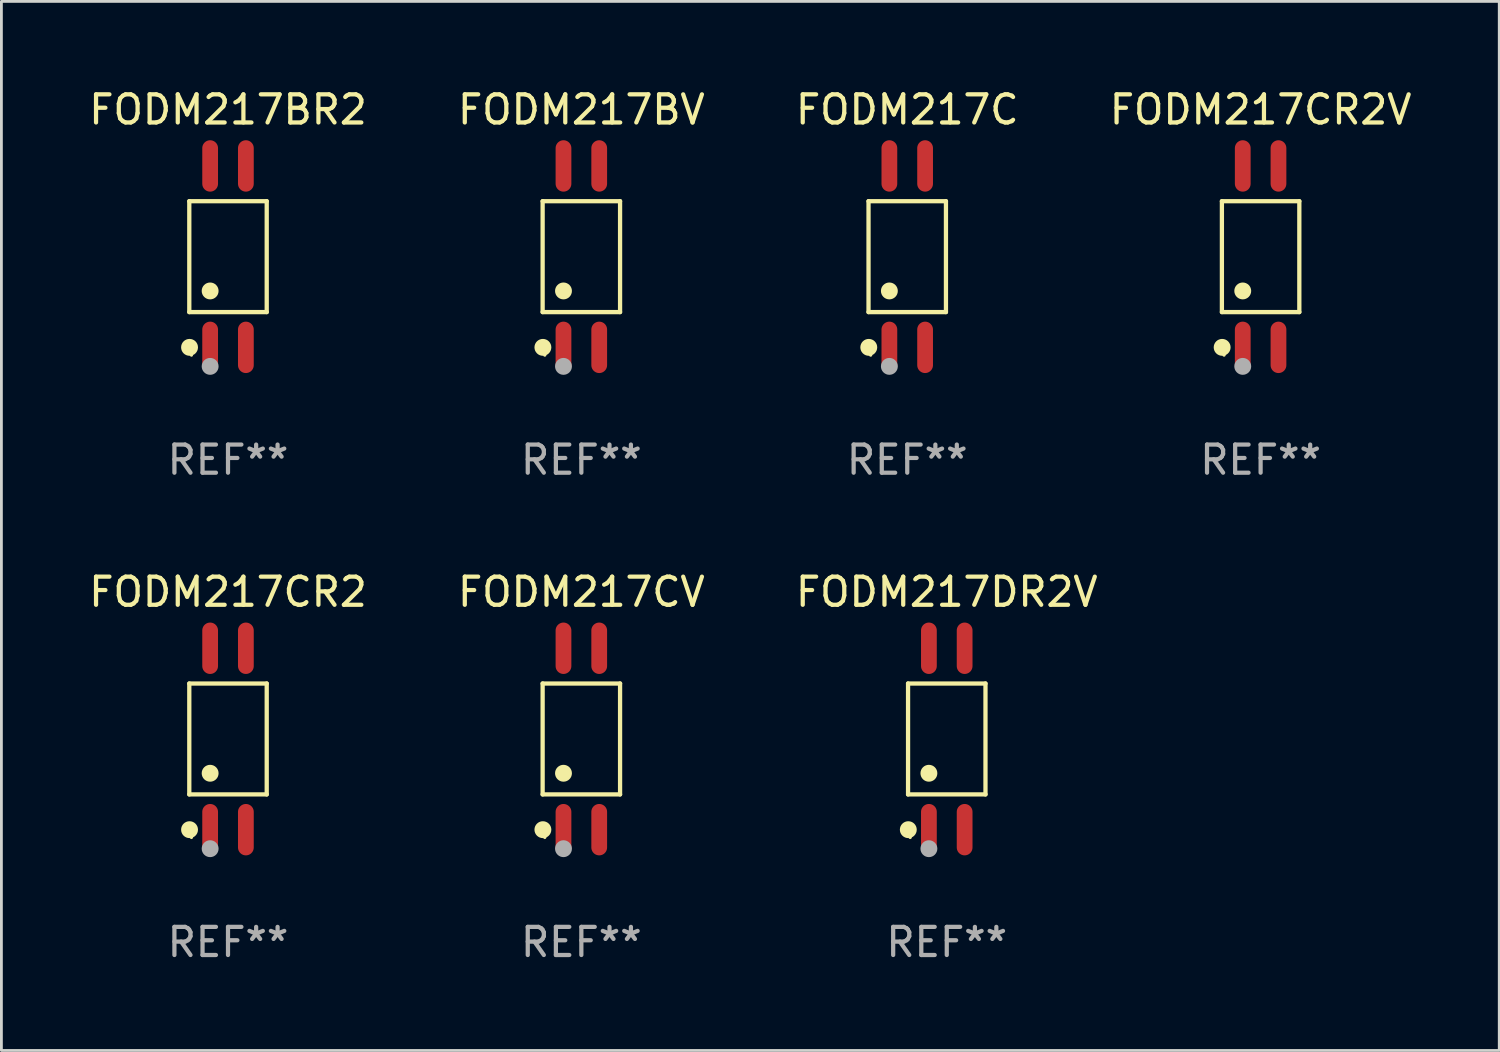
<source format=kicad_pcb>
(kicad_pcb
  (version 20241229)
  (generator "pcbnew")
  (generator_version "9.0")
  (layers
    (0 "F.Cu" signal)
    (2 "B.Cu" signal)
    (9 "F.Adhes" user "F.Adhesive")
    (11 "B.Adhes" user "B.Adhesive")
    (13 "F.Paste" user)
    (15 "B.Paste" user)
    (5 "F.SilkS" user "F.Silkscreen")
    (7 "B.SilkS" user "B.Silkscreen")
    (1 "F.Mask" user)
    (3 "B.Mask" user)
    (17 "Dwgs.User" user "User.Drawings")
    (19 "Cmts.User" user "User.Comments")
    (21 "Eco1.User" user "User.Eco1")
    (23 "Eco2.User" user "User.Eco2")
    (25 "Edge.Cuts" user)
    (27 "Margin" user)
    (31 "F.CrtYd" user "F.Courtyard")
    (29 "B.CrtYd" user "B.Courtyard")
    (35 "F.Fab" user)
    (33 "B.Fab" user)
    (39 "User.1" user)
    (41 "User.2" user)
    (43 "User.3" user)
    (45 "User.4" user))
  (footprint "FODM217CV"
    (layer "F.Cu")
    (at 17.613 23.215)
    (property "Reference" "FODM217CV" (at 0 -5.224 0) (layer "F.SilkS") (effects (font (size 1 1) (thickness 0.15))))
    (attr through_hole)
    (fp_line (start -1.376 -1.971) (end 1.376 -1.971) (stroke (width 0.152) (type solid)) (layer "F.SilkS"))
    (fp_line (start -1.376 1.971) (end -1.376 -1.971) (stroke (width 0.152) (type solid)) (layer "F.SilkS"))
    (fp_line (start 1.376 -1.971) (end 1.376 1.971) (stroke (width 0.152) (type solid)) (layer "F.SilkS"))
    (fp_line (start 1.376 1.971) (end -1.376 1.971) (stroke (width 0.152) (type solid)) (layer "F.SilkS"))
    (fp_circle (center -1.367 3.224) (end -1.217 3.224) (stroke (width 0.3) (type solid)) (fill no) (layer "F.SilkS"))
    (fp_circle (center -1.3 3.5) (end -1.27 3.5) (stroke (width 0.06) (type solid)) (fill no) (layer "F.SilkS"))
    (fp_circle (center -0.635 1.219) (end -0.485 1.219) (stroke (width 0.3) (type solid)) (fill no) (layer "F.SilkS"))
    (fp_circle (center -0.635 3.9) (end -0.485 3.9) (stroke (width 0.3) (type solid)) (fill no) (layer "F.Fab"))
    (fp_text user "REF**" (at 0 7.224 0) (layer "F.Fab") (effects (font (size 1 1) (thickness 0.15))))
    (pad "1" smd oval (at -0.635 3.224) (size 0.56 1.827) (layers "F.Cu" "F.Mask" "F.Paste"))
    (pad "2" smd oval (at 0.635 3.224) (size 0.56 1.827) (layers "F.Cu" "F.Mask" "F.Paste"))
    (pad "3" smd oval (at 0.635 -3.224) (size 0.56 1.827) (layers "F.Cu" "F.Mask" "F.Paste"))
    (pad "4" smd oval (at -0.635 -3.224) (size 0.56 1.827) (layers "F.Cu" "F.Mask" "F.Paste")))
  (footprint "FODM217BV"
    (layer "F.Cu")
    (at 17.613 6.072)
    (property "Reference" "FODM217BV" (at 0 -5.224 0) (layer "F.SilkS") (effects (font (size 1 1) (thickness 0.15))))
    (attr through_hole)
    (fp_line (start -1.376 -1.971) (end 1.376 -1.971) (stroke (width 0.152) (type solid)) (layer "F.SilkS"))
    (fp_line (start -1.376 1.971) (end -1.376 -1.971) (stroke (width 0.152) (type solid)) (layer "F.SilkS"))
    (fp_line (start 1.376 -1.971) (end 1.376 1.971) (stroke (width 0.152) (type solid)) (layer "F.SilkS"))
    (fp_line (start 1.376 1.971) (end -1.376 1.971) (stroke (width 0.152) (type solid)) (layer "F.SilkS"))
    (fp_circle (center -1.367 3.224) (end -1.217 3.224) (stroke (width 0.3) (type solid)) (fill no) (layer "F.SilkS"))
    (fp_circle (center -1.3 3.5) (end -1.27 3.5) (stroke (width 0.06) (type solid)) (fill no) (layer "F.SilkS"))
    (fp_circle (center -0.635 1.219) (end -0.485 1.219) (stroke (width 0.3) (type solid)) (fill no) (layer "F.SilkS"))
    (fp_circle (center -0.635 3.9) (end -0.485 3.9) (stroke (width 0.3) (type solid)) (fill no) (layer "F.Fab"))
    (fp_text user "REF**" (at 0 7.224 0) (layer "F.Fab") (effects (font (size 1 1) (thickness 0.15))))
    (pad "1" smd oval (at -0.635 3.224) (size 0.56 1.827) (layers "F.Cu" "F.Mask" "F.Paste"))
    (pad "2" smd oval (at 0.635 3.224) (size 0.56 1.827) (layers "F.Cu" "F.Mask" "F.Paste"))
    (pad "3" smd oval (at 0.635 -3.224) (size 0.56 1.827) (layers "F.Cu" "F.Mask" "F.Paste"))
    (pad "4" smd oval (at -0.635 -3.224) (size 0.56 1.827) (layers "F.Cu" "F.Mask" "F.Paste")))
  (footprint "FODM217CR2"
    (layer "F.Cu")
    (at 5.054 23.215)
    (property "Reference" "FODM217CR2" (at 0 -5.224 0) (layer "F.SilkS") (effects (font (size 1 1) (thickness 0.15))))
    (attr through_hole)
    (fp_line (start -1.376 -1.971) (end 1.376 -1.971) (stroke (width 0.152) (type solid)) (layer "F.SilkS"))
    (fp_line (start -1.376 1.971) (end -1.376 -1.971) (stroke (width 0.152) (type solid)) (layer "F.SilkS"))
    (fp_line (start 1.376 -1.971) (end 1.376 1.971) (stroke (width 0.152) (type solid)) (layer "F.SilkS"))
    (fp_line (start 1.376 1.971) (end -1.376 1.971) (stroke (width 0.152) (type solid)) (layer "F.SilkS"))
    (fp_circle (center -1.367 3.224) (end -1.217 3.224) (stroke (width 0.3) (type solid)) (fill no) (layer "F.SilkS"))
    (fp_circle (center -1.3 3.5) (end -1.27 3.5) (stroke (width 0.06) (type solid)) (fill no) (layer "F.SilkS"))
    (fp_circle (center -0.635 1.219) (end -0.485 1.219) (stroke (width 0.3) (type solid)) (fill no) (layer "F.SilkS"))
    (fp_circle (center -0.635 3.9) (end -0.485 3.9) (stroke (width 0.3) (type solid)) (fill no) (layer "F.Fab"))
    (fp_text user "REF**" (at 0 7.224 0) (layer "F.Fab") (effects (font (size 1 1) (thickness 0.15))))
    (pad "1" smd oval (at -0.635 3.224) (size 0.56 1.827) (layers "F.Cu" "F.Mask" "F.Paste"))
    (pad "2" smd oval (at 0.635 3.224) (size 0.56 1.827) (layers "F.Cu" "F.Mask" "F.Paste"))
    (pad "3" smd oval (at 0.635 -3.224) (size 0.56 1.827) (layers "F.Cu" "F.Mask" "F.Paste"))
    (pad "4" smd oval (at -0.635 -3.224) (size 0.56 1.827) (layers "F.Cu" "F.Mask" "F.Paste")))
  (footprint "FODM217DR2V"
    (layer "F.Cu")
    (at 30.601 23.215)
    (property "Reference" "FODM217DR2V" (at 0 -5.224 0) (layer "F.SilkS") (effects (font (size 1 1) (thickness 0.15))))
    (attr through_hole)
    (fp_line (start -1.376 -1.971) (end 1.376 -1.971) (stroke (width 0.152) (type solid)) (layer "F.SilkS"))
    (fp_line (start -1.376 1.971) (end -1.376 -1.971) (stroke (width 0.152) (type solid)) (layer "F.SilkS"))
    (fp_line (start 1.376 -1.971) (end 1.376 1.971) (stroke (width 0.152) (type solid)) (layer "F.SilkS"))
    (fp_line (start 1.376 1.971) (end -1.376 1.971) (stroke (width 0.152) (type solid)) (layer "F.SilkS"))
    (fp_circle (center -1.367 3.224) (end -1.217 3.224) (stroke (width 0.3) (type solid)) (fill no) (layer "F.SilkS"))
    (fp_circle (center -1.3 3.5) (end -1.27 3.5) (stroke (width 0.06) (type solid)) (fill no) (layer "F.SilkS"))
    (fp_circle (center -0.635 1.219) (end -0.485 1.219) (stroke (width 0.3) (type solid)) (fill no) (layer "F.SilkS"))
    (fp_circle (center -0.635 3.9) (end -0.485 3.9) (stroke (width 0.3) (type solid)) (fill no) (layer "F.Fab"))
    (fp_text user "REF**" (at 0 7.224 0) (layer "F.Fab") (effects (font (size 1 1) (thickness 0.15))))
    (pad "1" smd oval (at -0.635 3.224) (size 0.56 1.827) (layers "F.Cu" "F.Mask" "F.Paste"))
    (pad "2" smd oval (at 0.635 3.224) (size 0.56 1.827) (layers "F.Cu" "F.Mask" "F.Paste"))
    (pad "3" smd oval (at 0.635 -3.224) (size 0.56 1.827) (layers "F.Cu" "F.Mask" "F.Paste"))
    (pad "4" smd oval (at -0.635 -3.224) (size 0.56 1.827) (layers "F.Cu" "F.Mask" "F.Paste")))
  (footprint "FODM217C"
    (layer "F.Cu")
    (at 29.196 6.072)
    (property "Reference" "FODM217C" (at 0 -5.224 0) (layer "F.SilkS") (effects (font (size 1 1) (thickness 0.15))))
    (attr through_hole)
    (fp_line (start -1.376 -1.971) (end 1.376 -1.971) (stroke (width 0.152) (type solid)) (layer "F.SilkS"))
    (fp_line (start -1.376 1.971) (end -1.376 -1.971) (stroke (width 0.152) (type solid)) (layer "F.SilkS"))
    (fp_line (start 1.376 -1.971) (end 1.376 1.971) (stroke (width 0.152) (type solid)) (layer "F.SilkS"))
    (fp_line (start 1.376 1.971) (end -1.376 1.971) (stroke (width 0.152) (type solid)) (layer "F.SilkS"))
    (fp_circle (center -1.367 3.224) (end -1.217 3.224) (stroke (width 0.3) (type solid)) (fill no) (layer "F.SilkS"))
    (fp_circle (center -1.3 3.5) (end -1.27 3.5) (stroke (width 0.06) (type solid)) (fill no) (layer "F.SilkS"))
    (fp_circle (center -0.635 1.219) (end -0.485 1.219) (stroke (width 0.3) (type solid)) (fill no) (layer "F.SilkS"))
    (fp_circle (center -0.635 3.9) (end -0.485 3.9) (stroke (width 0.3) (type solid)) (fill no) (layer "F.Fab"))
    (fp_text user "REF**" (at 0 7.224 0) (layer "F.Fab") (effects (font (size 1 1) (thickness 0.15))))
    (pad "1" smd oval (at -0.635 3.224) (size 0.56 1.827) (layers "F.Cu" "F.Mask" "F.Paste"))
    (pad "2" smd oval (at 0.635 3.224) (size 0.56 1.827) (layers "F.Cu" "F.Mask" "F.Paste"))
    (pad "3" smd oval (at 0.635 -3.224) (size 0.56 1.827) (layers "F.Cu" "F.Mask" "F.Paste"))
    (pad "4" smd oval (at -0.635 -3.224) (size 0.56 1.827) (layers "F.Cu" "F.Mask" "F.Paste")))
  (footprint "FODM217CR2V"
    (layer "F.Cu")
    (at 41.756 6.072)
    (property "Reference" "FODM217CR2V" (at 0 -5.224 0) (layer "F.SilkS") (effects (font (size 1 1) (thickness 0.15))))
    (attr through_hole)
    (fp_line (start -1.376 -1.971) (end 1.376 -1.971) (stroke (width 0.152) (type solid)) (layer "F.SilkS"))
    (fp_line (start -1.376 1.971) (end -1.376 -1.971) (stroke (width 0.152) (type solid)) (layer "F.SilkS"))
    (fp_line (start 1.376 -1.971) (end 1.376 1.971) (stroke (width 0.152) (type solid)) (layer "F.SilkS"))
    (fp_line (start 1.376 1.971) (end -1.376 1.971) (stroke (width 0.152) (type solid)) (layer "F.SilkS"))
    (fp_circle (center -1.367 3.224) (end -1.217 3.224) (stroke (width 0.3) (type solid)) (fill no) (layer "F.SilkS"))
    (fp_circle (center -1.3 3.5) (end -1.27 3.5) (stroke (width 0.06) (type solid)) (fill no) (layer "F.SilkS"))
    (fp_circle (center -0.635 1.219) (end -0.485 1.219) (stroke (width 0.3) (type solid)) (fill no) (layer "F.SilkS"))
    (fp_circle (center -0.635 3.9) (end -0.485 3.9) (stroke (width 0.3) (type solid)) (fill no) (layer "F.Fab"))
    (fp_text user "REF**" (at 0 7.224 0) (layer "F.Fab") (effects (font (size 1 1) (thickness 0.15))))
    (pad "1" smd oval (at -0.635 3.224) (size 0.56 1.827) (layers "F.Cu" "F.Mask" "F.Paste"))
    (pad "2" smd oval (at 0.635 3.224) (size 0.56 1.827) (layers "F.Cu" "F.Mask" "F.Paste"))
    (pad "3" smd oval (at 0.635 -3.224) (size 0.56 1.827) (layers "F.Cu" "F.Mask" "F.Paste"))
    (pad "4" smd oval (at -0.635 -3.224) (size 0.56 1.827) (layers "F.Cu" "F.Mask" "F.Paste")))
  (footprint "FODM217BR2"
    (layer "F.Cu")
    (at 5.054 6.072)
    (property "Reference" "FODM217BR2" (at 0 -5.224 0) (layer "F.SilkS") (effects (font (size 1 1) (thickness 0.15))))
    (attr through_hole)
    (fp_line (start -1.376 -1.971) (end 1.376 -1.971) (stroke (width 0.152) (type solid)) (layer "F.SilkS"))
    (fp_line (start -1.376 1.971) (end -1.376 -1.971) (stroke (width 0.152) (type solid)) (layer "F.SilkS"))
    (fp_line (start 1.376 -1.971) (end 1.376 1.971) (stroke (width 0.152) (type solid)) (layer "F.SilkS"))
    (fp_line (start 1.376 1.971) (end -1.376 1.971) (stroke (width 0.152) (type solid)) (layer "F.SilkS"))
    (fp_circle (center -1.367 3.224) (end -1.217 3.224) (stroke (width 0.3) (type solid)) (fill no) (layer "F.SilkS"))
    (fp_circle (center -1.3 3.5) (end -1.27 3.5) (stroke (width 0.06) (type solid)) (fill no) (layer "F.SilkS"))
    (fp_circle (center -0.635 1.219) (end -0.485 1.219) (stroke (width 0.3) (type solid)) (fill no) (layer "F.SilkS"))
    (fp_circle (center -0.635 3.9) (end -0.485 3.9) (stroke (width 0.3) (type solid)) (fill no) (layer "F.Fab"))
    (fp_text user "REF**" (at 0 7.224 0) (layer "F.Fab") (effects (font (size 1 1) (thickness 0.15))))
    (pad "1" smd oval (at -0.635 3.224) (size 0.56 1.827) (layers "F.Cu" "F.Mask" "F.Paste"))
    (pad "2" smd oval (at 0.635 3.224) (size 0.56 1.827) (layers "F.Cu" "F.Mask" "F.Paste"))
    (pad "3" smd oval (at 0.635 -3.224) (size 0.56 1.827) (layers "F.Cu" "F.Mask" "F.Paste"))
    (pad "4" smd oval (at -0.635 -3.224) (size 0.56 1.827) (layers "F.Cu" "F.Mask" "F.Paste")))
  (gr_rect
    (start -3 -3)
    (end 50.238 34.287)
    (stroke (width 0.1) (type default))
    (fill no)
    (layer "Edge.Cuts")))
</source>
